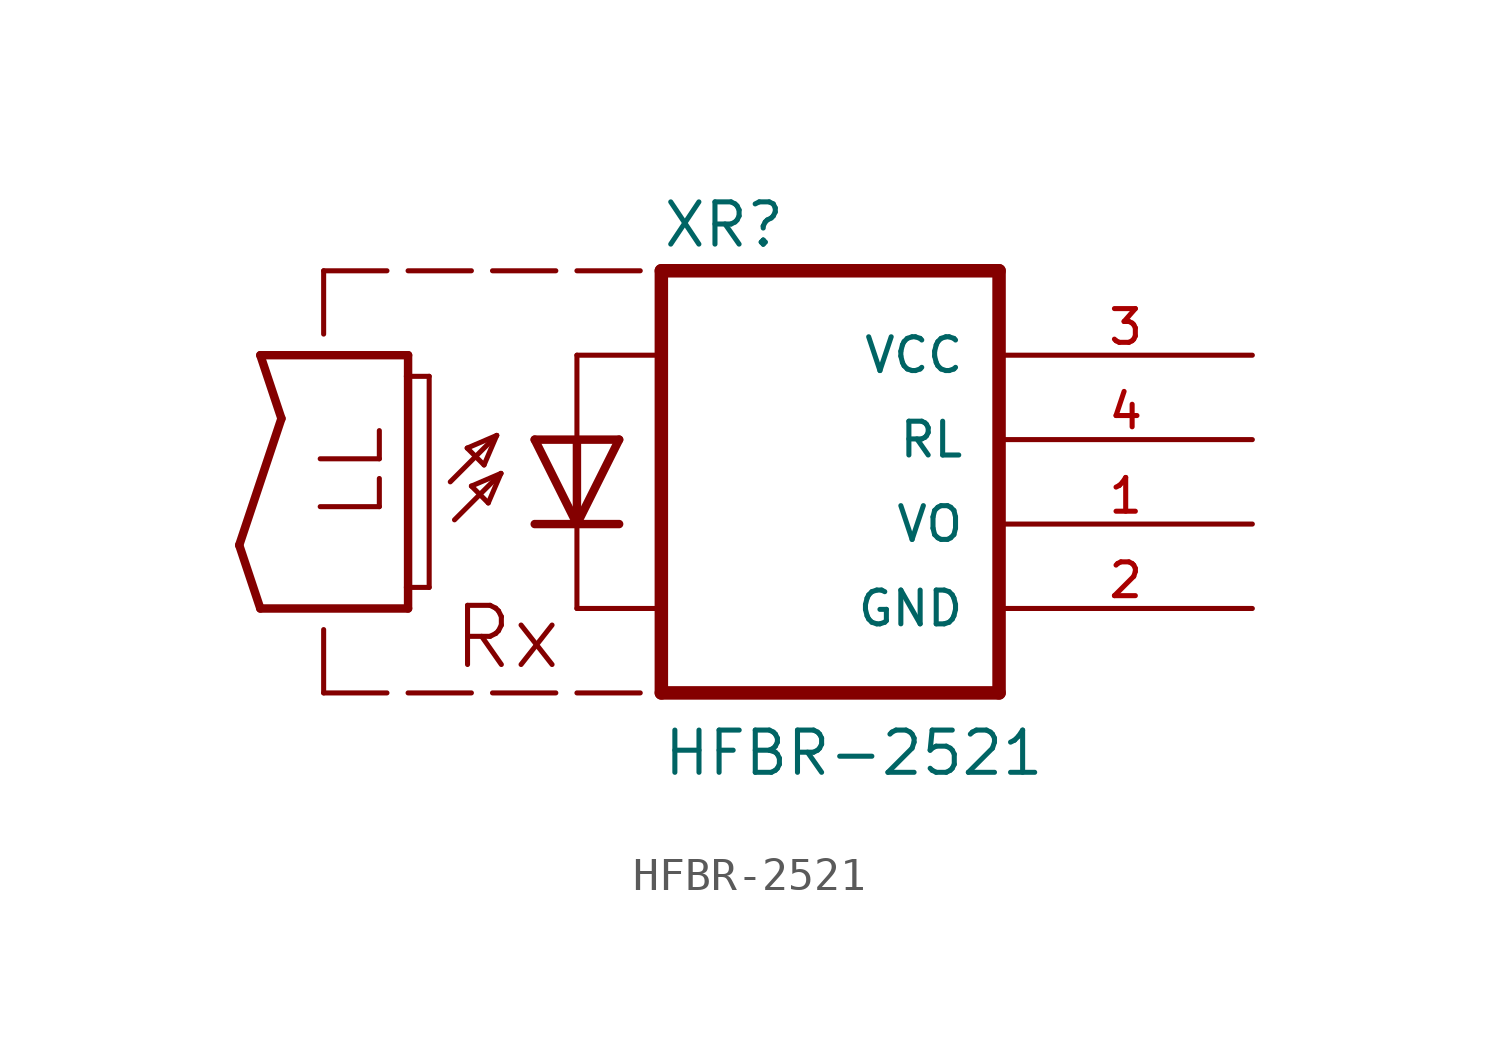
<source format=kicad_sym>
(kicad_symbol_lib
  (version 20211014)
  (generator kicad_symbol_editor)
  (symbol "HFBR-2521"
    (pin_names
      (offset 1.016))
    (property "Reference" "XR"
      (at 2.541 8.259 0)
      (effects (font (size 1.27 1.27)) (justify bottom left)))
    (property "Value" "HFBR-2521"
      (at 2.544 -7.632 0)
      (effects (font (size 1.27 1.27)) (justify bottom left)))
    (symbol "HFBR-2521_0_0"
      (polyline (pts (xy 1.27 2.54) (xy 0.0 0.0)) (stroke (width 0.254)))
      (polyline (pts (xy 0.0 0.0) (xy -1.27 2.54)) (stroke (width 0.254)))
      (polyline (pts (xy 1.27 0.0) (xy 0.0 0.0)) (stroke (width 0.254)))
      (polyline (pts (xy 0.0 0.0) (xy -1.27 0.0)) (stroke (width 0.254)))
      (polyline (pts (xy 1.27 2.54) (xy 0.0 2.54)) (stroke (width 0.254)))
      (polyline (pts (xy 0.0 5.08) (xy 0.0 2.54)) (stroke (width 0.152)))
      (polyline (pts (xy 0.0 2.54) (xy -1.27 2.54)) (stroke (width 0.254)))
      (polyline (pts (xy 0.0 2.54) (xy 0.0 0.0)) (stroke (width 0.254)))
      (polyline (pts (xy -3.683 0.127) (xy -2.286 1.524)) (stroke (width 0.152)))
      (polyline (pts (xy -2.286 1.524) (xy -3.175 1.143)) (stroke (width 0.152)))
      (polyline (pts (xy -3.175 1.143) (xy -2.667 0.635)) (stroke (width 0.152)))
      (polyline (pts (xy -2.667 0.635) (xy -2.286 1.524)) (stroke (width 0.152)))
      (polyline (pts (xy -2.413 2.667) (xy -3.302 2.286)) (stroke (width 0.152)))
      (polyline (pts (xy -3.302 2.286) (xy -2.794 1.778)) (stroke (width 0.152)))
      (polyline (pts (xy -2.794 1.778) (xy -2.413 2.667)) (stroke (width 0.152)))
      (polyline (pts (xy -3.81 1.27) (xy -2.413 2.667)) (stroke (width 0.152)))
      (polyline (pts (xy -9.525 5.08) (xy -5.08 5.08)) (stroke (width 0.254)))
      (polyline (pts (xy -5.08 5.08) (xy -5.08 4.445)) (stroke (width 0.254)))
      (polyline (pts (xy -5.08 -2.54) (xy -9.525 -2.54)) (stroke (width 0.254)))
      (polyline (pts (xy -9.525 -2.54) (xy -10.16 -0.635)) (stroke (width 0.254)))
      (polyline (pts (xy -10.16 -0.635) (xy -8.89 3.175)) (stroke (width 0.254)))
      (polyline (pts (xy -8.89 3.175) (xy -9.525 5.08)) (stroke (width 0.254)))
      (polyline (pts (xy 0.0 0.0) (xy 0.0 -2.54)) (stroke (width 0.152)))
      (polyline (pts (xy 0.0 -2.54) (xy 2.54 -2.54)) (stroke (width 0.152)))
      (polyline (pts (xy 0.0 5.08) (xy 2.54 5.08)) (stroke (width 0.152)))
      (polyline (pts (xy 2.54 7.62) (xy 2.54 -5.08)) (stroke (width 0.406)))
      (polyline (pts (xy 2.54 -5.08) (xy 12.7 -5.08)) (stroke (width 0.406)))
      (polyline (pts (xy 12.7 -5.08) (xy 12.7 7.62)) (stroke (width 0.406)))
      (polyline (pts (xy 12.7 7.62) (xy 2.54 7.62)) (stroke (width 0.406)))
      (polyline (pts (xy -5.08 4.445) (xy -4.445 4.445)) (stroke (width 0.152)))
      (polyline (pts (xy -5.08 4.445) (xy -5.08 -1.905)) (stroke (width 0.254)))
      (polyline (pts (xy -4.445 4.445) (xy -4.445 -1.905)) (stroke (width 0.152)))
      (polyline (pts (xy -4.445 -1.905) (xy -5.08 -1.905)) (stroke (width 0.152)))
      (polyline (pts (xy -5.08 -1.905) (xy -5.08 -2.54)) (stroke (width 0.254)))
      (polyline (pts (xy -7.62 5.715) (xy -7.62 7.62)) (stroke (width 0.152)))
      (polyline (pts (xy -7.62 7.62) (xy -5.715 7.62)) (stroke (width 0.152)))
      (polyline (pts (xy -5.08 7.62) (xy -3.175 7.62)) (stroke (width 0.152)))
      (polyline (pts (xy -2.54 7.62) (xy -0.635 7.62)) (stroke (width 0.152)))
      (polyline (pts (xy -7.62 -3.175) (xy -7.62 -5.08)) (stroke (width 0.152)))
      (polyline (pts (xy -7.62 -5.08) (xy -5.715 -5.08)) (stroke (width 0.152)))
      (polyline (pts (xy -5.08 -5.08) (xy -3.175 -5.08)) (stroke (width 0.152)))
      (polyline (pts (xy -2.54 -5.08) (xy -0.635 -5.08)) (stroke (width 0.152)))
      (polyline (pts (xy 0.0 -5.08) (xy 1.905 -5.08)) (stroke (width 0.152)))
      (polyline (pts (xy 0.0 7.62) (xy 1.905 7.62)) (stroke (width 0.152)))
      (text "LL" (at -5.719 0.0 900) (effects (font (size 1.779 1.779)) (justify bottom left)))
      (text "Rx" (at -3.815 -4.451 0) (effects (font (size 1.78 1.78)) (justify bottom left)))
      (pin power_in line (at 20.32 5.08 180.0) (length 7.62) (name "VCC" (effects (font (size 1.016 1.016)))) (number "3" (effects (font (size 1.016 1.016)))))
      (pin passive line (at 20.32 2.54 180.0) (length 7.62) (name "RL" (effects (font (size 1.016 1.016)))) (number "4" (effects (font (size 1.016 1.016)))))
      (pin passive line (at 20.32 0.0 180.0) (length 7.62) (name "VO" (effects (font (size 1.016 1.016)))) (number "1" (effects (font (size 1.016 1.016)))))
      (pin power_in line (at 20.32 -2.54 180.0) (length 7.62) (name "GND" (effects (font (size 1.016 1.016)))) (number "2" (effects (font (size 1.016 1.016))))))))
</source>
